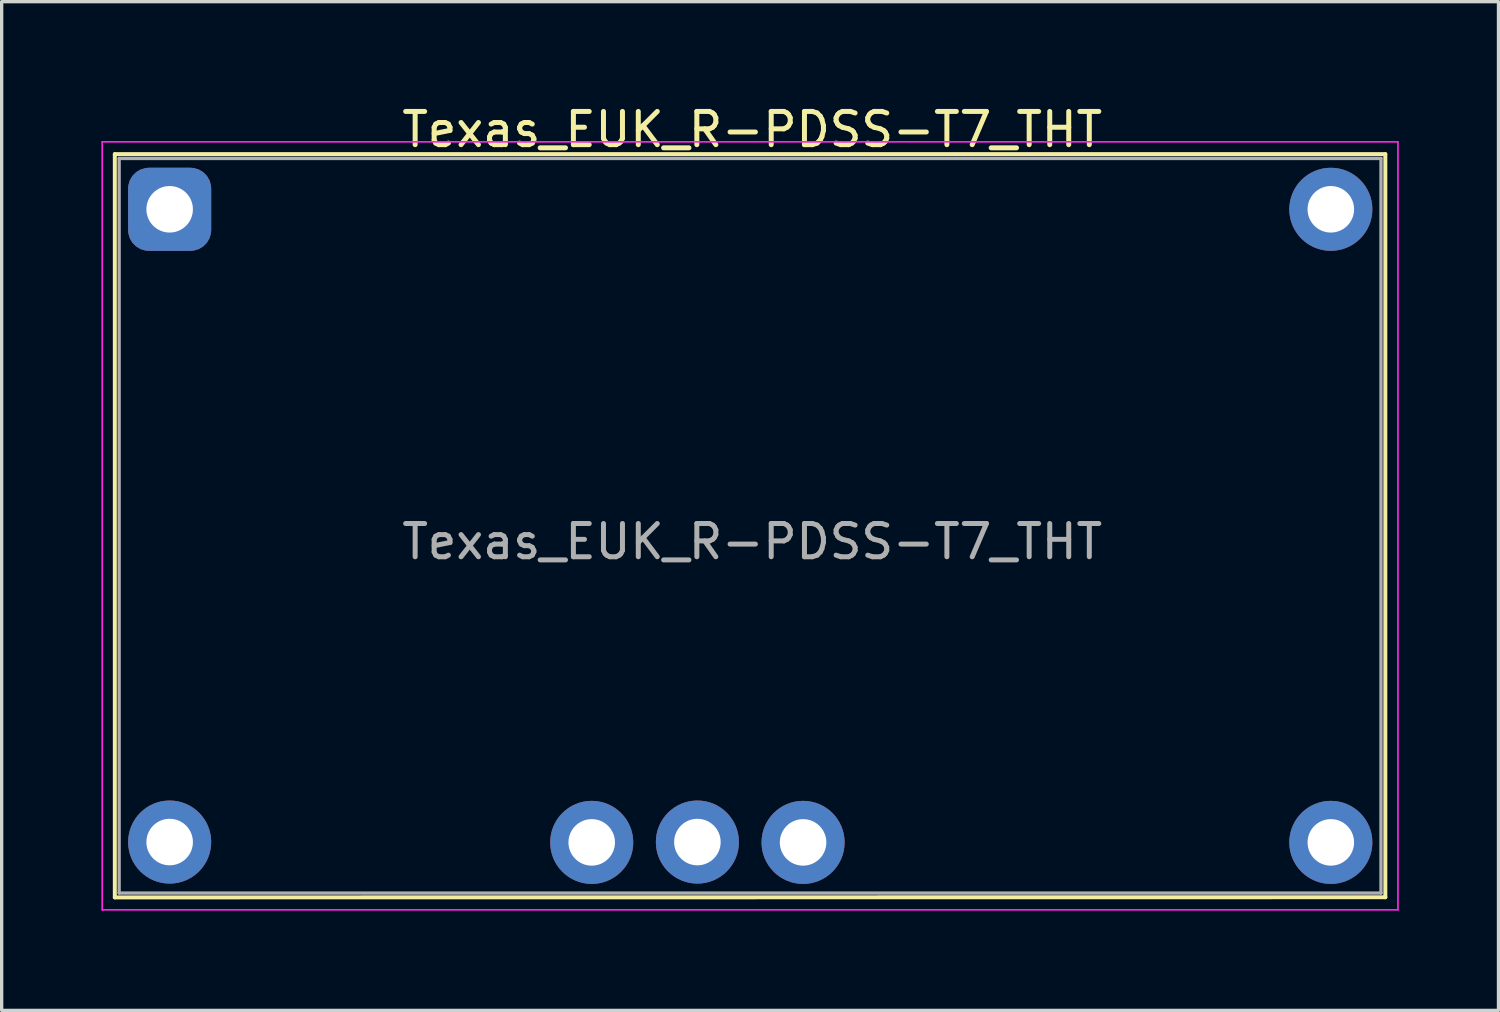
<source format=kicad_pcb>
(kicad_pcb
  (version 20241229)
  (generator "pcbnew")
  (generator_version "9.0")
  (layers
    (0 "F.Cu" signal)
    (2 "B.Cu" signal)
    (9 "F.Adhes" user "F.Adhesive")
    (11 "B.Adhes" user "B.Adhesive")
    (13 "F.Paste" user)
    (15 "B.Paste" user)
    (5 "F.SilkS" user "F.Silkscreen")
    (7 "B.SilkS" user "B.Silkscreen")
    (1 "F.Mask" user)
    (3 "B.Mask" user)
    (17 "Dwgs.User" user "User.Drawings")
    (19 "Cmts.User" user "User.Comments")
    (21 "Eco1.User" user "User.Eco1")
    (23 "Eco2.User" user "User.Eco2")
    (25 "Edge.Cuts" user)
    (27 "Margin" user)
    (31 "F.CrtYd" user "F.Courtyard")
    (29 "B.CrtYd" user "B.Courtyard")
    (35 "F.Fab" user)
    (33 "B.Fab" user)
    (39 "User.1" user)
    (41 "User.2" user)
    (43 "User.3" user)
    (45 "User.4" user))
  (footprint "Texas_EUK_R-PDSS-T7_THT"
    (layer "F.Cu")
    (at 2.055 3.248)
    (property "Reference" "Texas_EUK_R-PDSS-T7_THT" (at 17.53 -2.4 0) (layer "F.SilkS") (effects (font (size 1 1) (thickness 0.15))))
    (attr through_hole)
    (fp_line (start -1.65 -1.66) (end -1.65 20.705) (stroke (width 0.12) (type solid)) (layer "F.SilkS"))
    (fp_line (start -1.65 -1.66) (end 36.58 -1.66) (stroke (width 0.12) (type solid)) (layer "F.SilkS"))
    (fp_line (start -1.65 20.705) (end 36.58 20.7) (stroke (width 0.12) (type solid)) (layer "F.SilkS"))
    (fp_line (start 36.58 -1.66) (end 36.58 20.7) (stroke (width 0.12) (type solid)) (layer "F.SilkS"))
    (fp_line (start -2.03 21.08) (end -2.03 -2.03) (stroke (width 0.05) (type solid)) (layer "F.CrtYd"))
    (fp_line (start -2.03 21.08) (end 36.96 21.08) (stroke (width 0.05) (type solid)) (layer "F.CrtYd"))
    (fp_line (start 36.96 -2.03) (end -2.03 -2.03) (stroke (width 0.05) (type solid)) (layer "F.CrtYd"))
    (fp_line (start 36.96 -2.03) (end 36.96 21.08) (stroke (width 0.05) (type solid)) (layer "F.CrtYd"))
    (fp_line (start -1.52 20.575) (end -1.52 -1.53) (stroke (width 0.1) (type solid)) (layer "F.Fab"))
    (fp_line (start 36.45 -1.53) (end -1.52 -1.53) (stroke (width 0.1) (type solid)) (layer "F.Fab"))
    (fp_line (start 36.45 20.575) (end -1.52 20.575) (stroke (width 0.1) (type solid)) (layer "F.Fab"))
    (fp_line (start 36.45 20.575) (end 36.45 -1.53) (stroke (width 0.1) (type solid)) (layer "F.Fab"))
    (fp_text user "${REFERENCE}" (at 17.53 10 0) (layer "F.Fab") (effects (font (size 1 1) (thickness 0.15))))
    (pad "1" thru_hole roundrect (at 0 0) (size 2.5 2.5) (drill 1.4) (layers "*.Cu" "*.Mask") (roundrect_rratio 0.25))
    (pad "2" thru_hole circle (at 0 19.04) (size 2.5 2.5) (drill 1.4) (layers "*.Cu" "*.Mask"))
    (pad "3" thru_hole circle (at 12.7 19.05) (size 2.5 2.5) (drill 1.4) (layers "*.Cu" "*.Mask"))
    (pad "4" thru_hole circle (at 15.88 19.04) (size 2.5 2.5) (drill 1.4) (layers "*.Cu" "*.Mask"))
    (pad "5" thru_hole circle (at 19.06 19.05) (size 2.5 2.5) (drill 1.4) (layers "*.Cu" "*.Mask"))
    (pad "6" thru_hole circle (at 34.94 19.05) (size 2.5 2.5) (drill 1.4) (layers "*.Cu" "*.Mask"))
    (pad "7" thru_hole circle (at 34.94 0) (size 2.5 2.5) (drill 1.4) (layers "*.Cu" "*.Mask")))
  (gr_rect
    (start -3 -3)
    (end 42.04 27.353)
    (stroke (width 0.1) (type default))
    (fill no)
    (layer "Edge.Cuts")))
</source>
